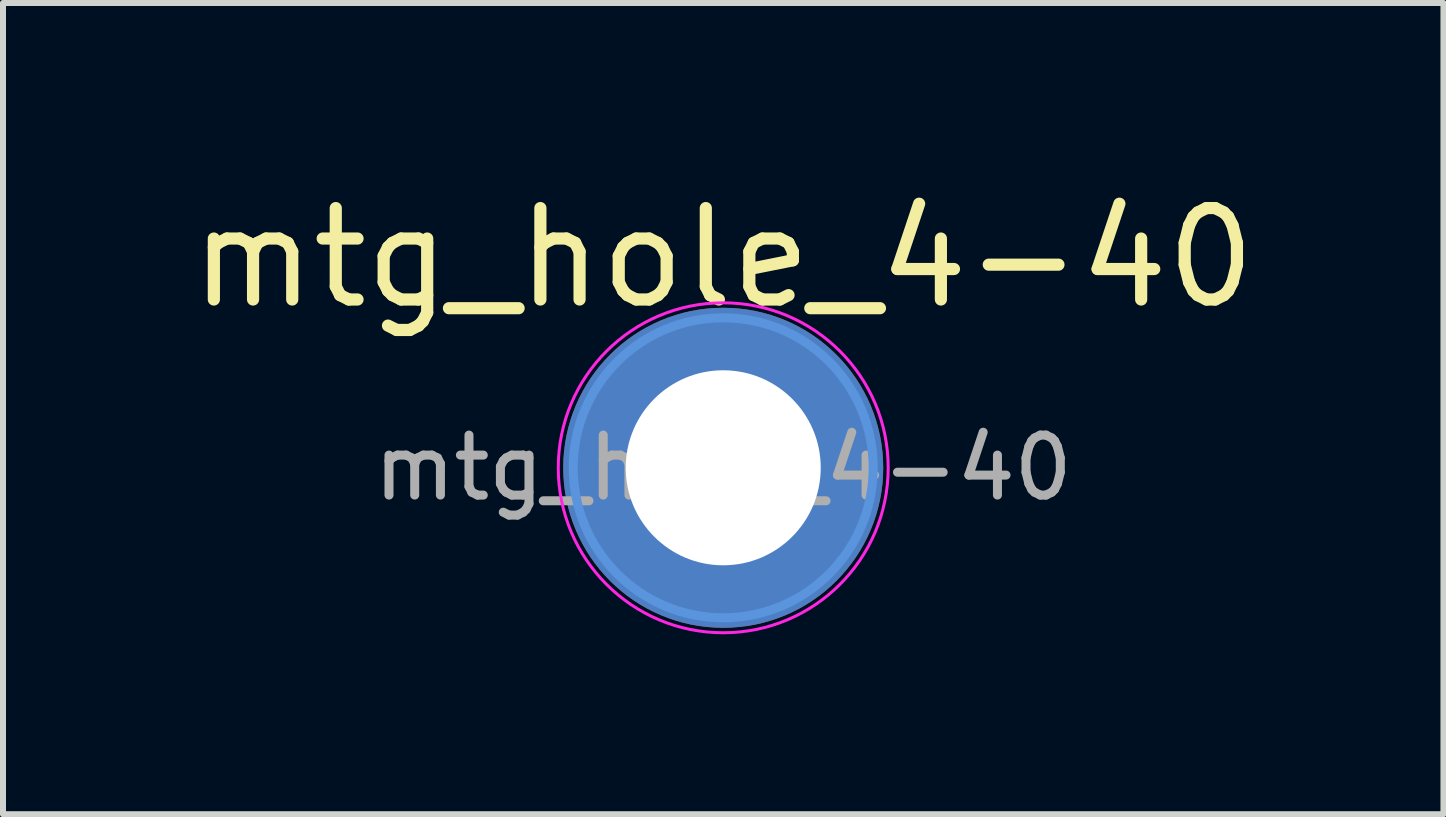
<source format=kicad_pcb>
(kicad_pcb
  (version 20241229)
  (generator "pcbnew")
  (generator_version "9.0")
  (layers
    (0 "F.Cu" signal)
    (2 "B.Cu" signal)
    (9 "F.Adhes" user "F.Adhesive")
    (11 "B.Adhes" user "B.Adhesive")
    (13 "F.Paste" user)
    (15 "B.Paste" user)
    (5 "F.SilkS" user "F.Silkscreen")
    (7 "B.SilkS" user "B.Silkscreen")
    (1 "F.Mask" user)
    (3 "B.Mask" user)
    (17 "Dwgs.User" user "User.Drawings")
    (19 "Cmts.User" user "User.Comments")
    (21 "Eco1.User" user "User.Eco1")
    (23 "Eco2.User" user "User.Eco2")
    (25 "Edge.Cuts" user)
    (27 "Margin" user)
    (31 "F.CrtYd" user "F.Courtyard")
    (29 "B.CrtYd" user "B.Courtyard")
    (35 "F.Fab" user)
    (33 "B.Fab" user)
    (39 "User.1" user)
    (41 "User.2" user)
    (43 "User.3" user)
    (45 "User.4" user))
  (footprint "mtg_hole_4-40"
    (layer "F.Cu")
    (at 9.006 4.748)
    (property "Reference" "mtg_hole_4-40" (at 0 -3.5 0) (layer "F.SilkS") (effects (font (size 1.524 1.524) (thickness 0.203))))
    (attr exclude_from_pos_files exclude_from_bom)
    (fp_circle (center 0 0) (end 2.5 0) (stroke (width 0.15) (type solid)) (fill no) (layer "Cmts.User"))
    (fp_circle (center 0 0) (end 2.75 0) (stroke (width 0.05) (type solid)) (fill no) (layer "F.CrtYd"))
    (fp_text user "${REFERENCE}" (at 0 0 0) (layer "F.Fab") (effects (font (size 1 1) (thickness 0.15))))
    (pad "1" thru_hole circle (at 0 0) (size 5.334 5.334) (drill 3.251) (layers "*.Cu" "*.Mask")))
  (gr_rect
    (start -3 -3)
    (end 21.012 10.523)
    (stroke (width 0.1) (type default))
    (fill no)
    (layer "Edge.Cuts")))
</source>
